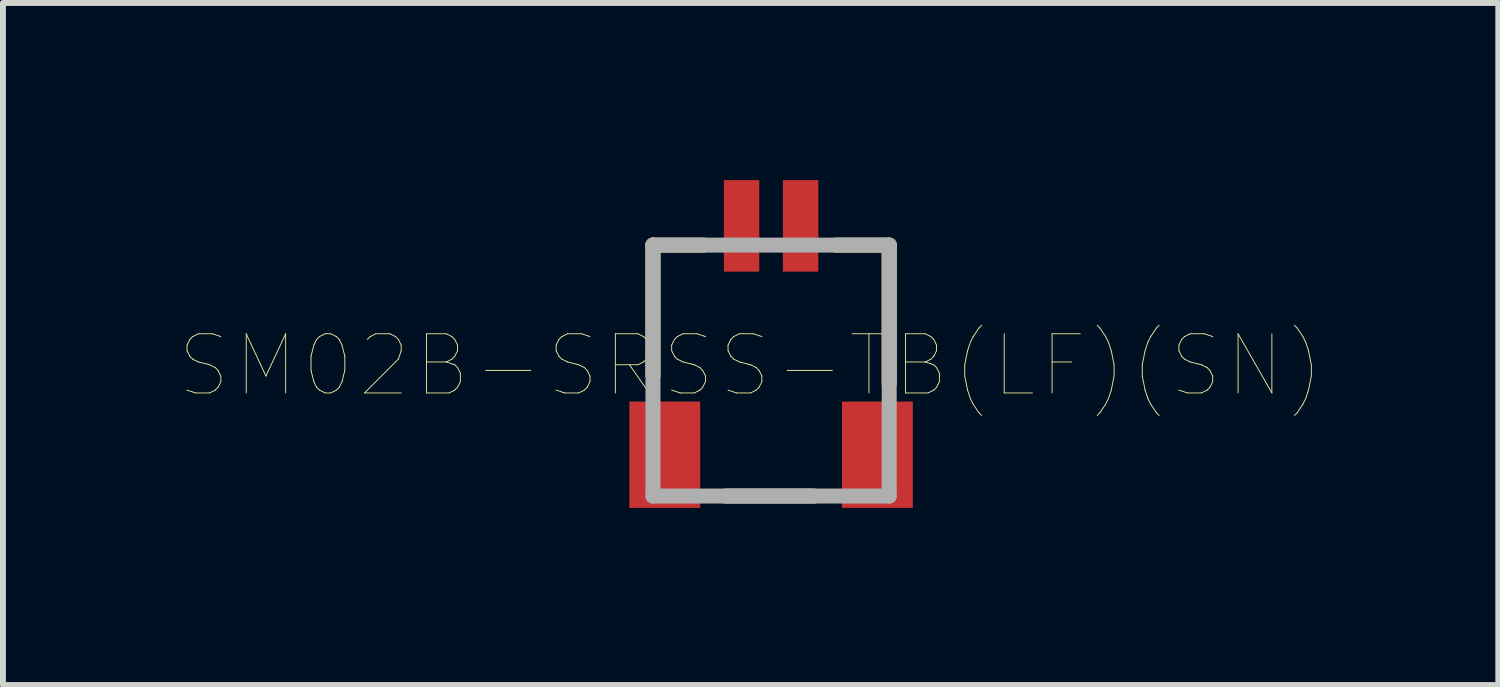
<source format=kicad_pcb>
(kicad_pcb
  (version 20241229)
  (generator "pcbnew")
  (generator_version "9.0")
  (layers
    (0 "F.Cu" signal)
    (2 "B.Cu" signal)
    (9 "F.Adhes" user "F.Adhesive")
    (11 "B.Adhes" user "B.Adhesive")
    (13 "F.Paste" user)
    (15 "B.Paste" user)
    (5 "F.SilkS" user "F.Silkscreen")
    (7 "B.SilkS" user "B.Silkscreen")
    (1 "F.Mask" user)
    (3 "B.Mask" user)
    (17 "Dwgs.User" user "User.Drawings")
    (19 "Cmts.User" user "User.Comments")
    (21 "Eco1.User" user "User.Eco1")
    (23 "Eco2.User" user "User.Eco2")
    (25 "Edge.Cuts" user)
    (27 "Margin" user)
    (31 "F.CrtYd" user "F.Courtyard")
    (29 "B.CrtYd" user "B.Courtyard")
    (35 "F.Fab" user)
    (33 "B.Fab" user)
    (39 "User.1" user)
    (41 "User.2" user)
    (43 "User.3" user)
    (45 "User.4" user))
  (footprint "SM02B-SRSS-TB(LF)(SN)"
    (layer "F.Cu")
    (at 10.007 2.75)
    (property "Reference" "SM02B-SRSS-TB(LF)(SN)" (at -0.347 0.391 0) (layer "F.SilkS") (effects (font (size 1.002 1.002) (thickness 0.015))))
    (attr through_hole)
    (fp_line (start -2 -1.65) (end -2 0.563) (stroke (width 0.254) (type solid)) (layer "F.SilkS"))
    (fp_line (start -2 -1.65) (end -1.145 -1.65) (stroke (width 0.254) (type solid)) (layer "F.SilkS"))
    (fp_line (start -0.767 2.6) (end 0.722 2.6) (stroke (width 0.254) (type solid)) (layer "F.SilkS"))
    (fp_line (start 2 -1.65) (end 1.1 -1.65) (stroke (width 0.254) (type solid)) (layer "F.SilkS"))
    (fp_line (start 2 -1.65) (end 2 0.697) (stroke (width 0.254) (type solid)) (layer "F.SilkS"))
    (fp_line (start -2 -1.65) (end 2 -1.65) (stroke (width 0.254) (type solid)) (layer "F.Fab"))
    (fp_line (start -2 2.6) (end -2 -1.65) (stroke (width 0.254) (type solid)) (layer "F.Fab"))
    (fp_line (start 2 -1.65) (end 2 2.6) (stroke (width 0.254) (type solid)) (layer "F.Fab"))
    (fp_line (start 2 2.6) (end -2 2.6) (stroke (width 0.254) (type solid)) (layer "F.Fab"))
    (pad "1" smd rect (at -0.5 -1.975) (size 0.6 1.55) (layers "F.Cu" "F.Mask" "F.Paste"))
    (pad "2" smd rect (at 0.5 -1.975) (size 0.6 1.55) (layers "F.Cu" "F.Mask" "F.Paste"))
    (pad "3" smd rect (at -1.8 1.9) (size 1.2 1.8) (layers "F.Cu" "F.Mask" "F.Paste"))
    (pad "4" smd rect (at 1.8 1.9) (size 1.2 1.8) (layers "F.Cu" "F.Mask" "F.Paste")))
  (gr_rect
    (start -3 -3)
    (end 22.321 8.55)
    (stroke (width 0.1) (type default))
    (fill no)
    (layer "Edge.Cuts")))
</source>
